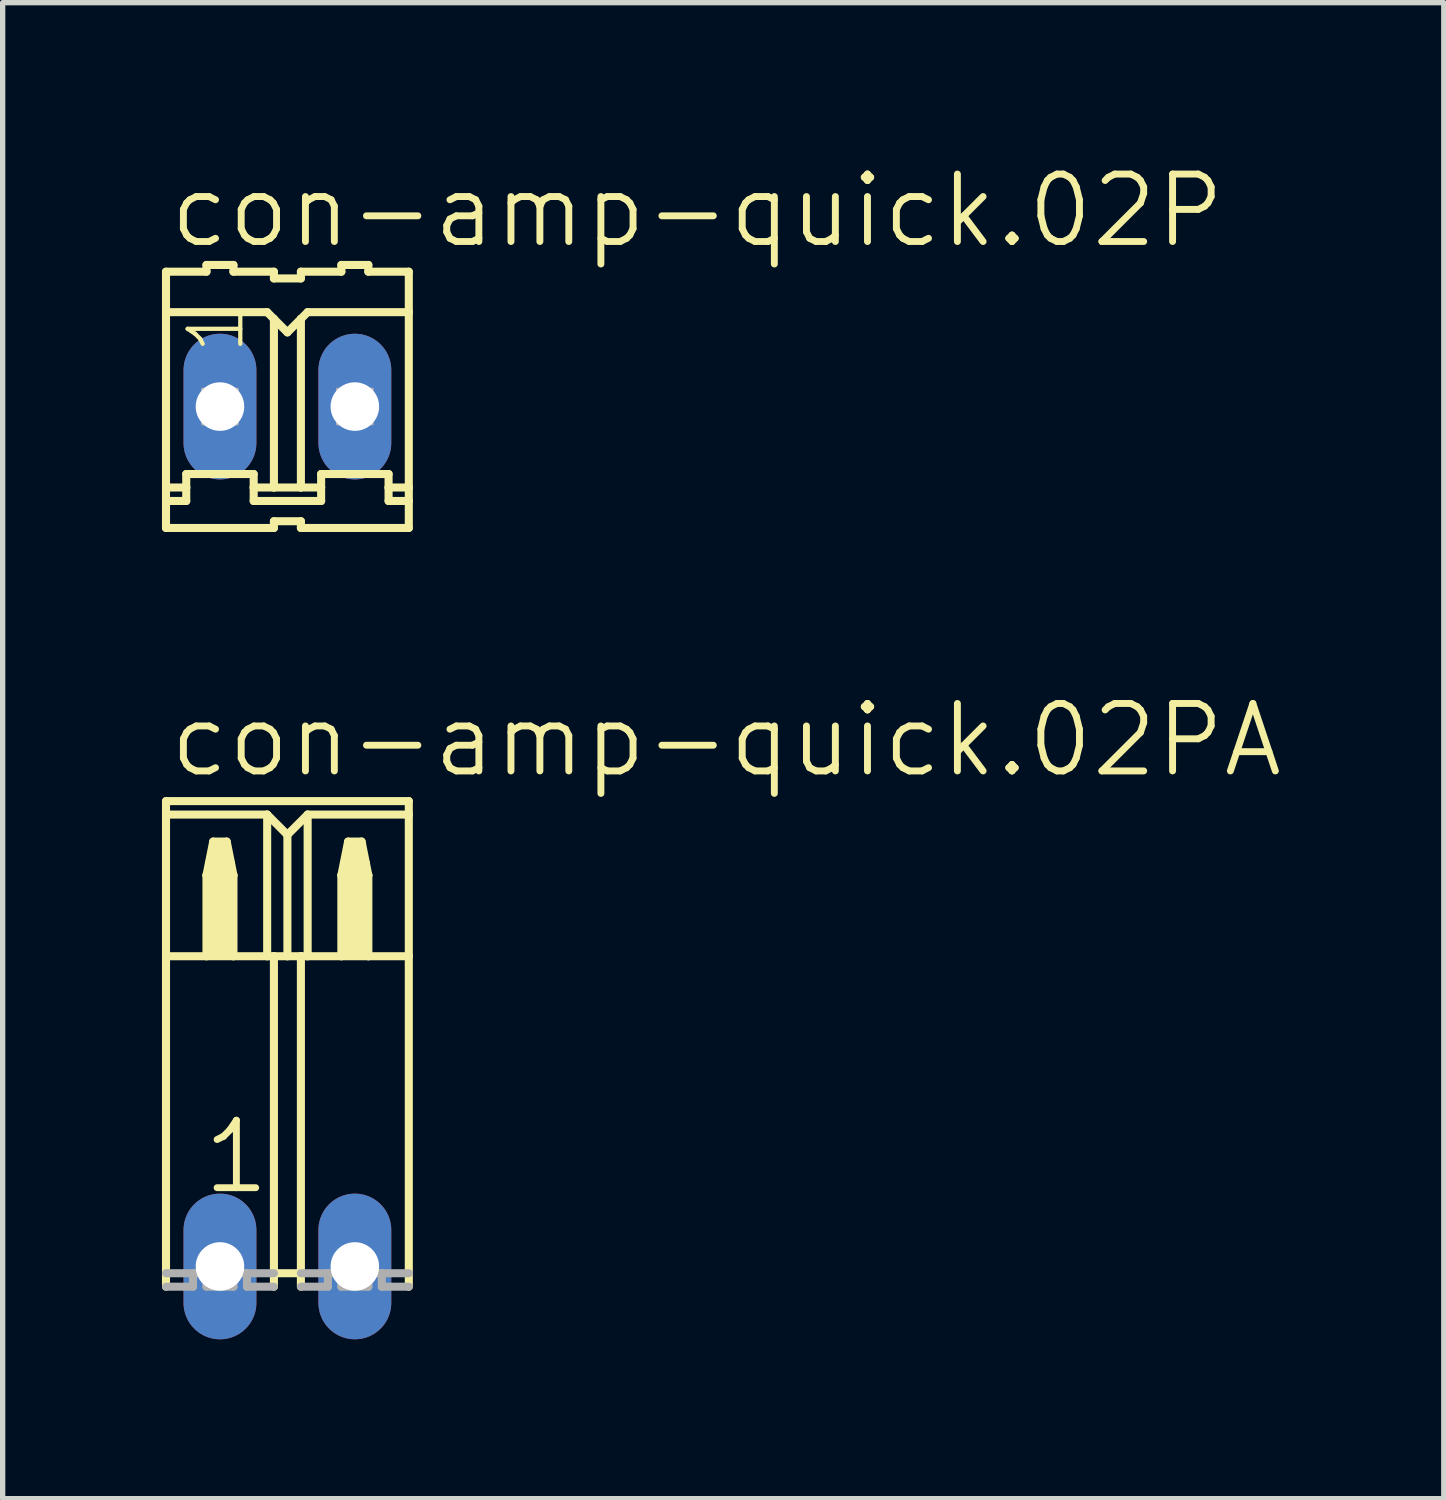
<source format=kicad_pcb>
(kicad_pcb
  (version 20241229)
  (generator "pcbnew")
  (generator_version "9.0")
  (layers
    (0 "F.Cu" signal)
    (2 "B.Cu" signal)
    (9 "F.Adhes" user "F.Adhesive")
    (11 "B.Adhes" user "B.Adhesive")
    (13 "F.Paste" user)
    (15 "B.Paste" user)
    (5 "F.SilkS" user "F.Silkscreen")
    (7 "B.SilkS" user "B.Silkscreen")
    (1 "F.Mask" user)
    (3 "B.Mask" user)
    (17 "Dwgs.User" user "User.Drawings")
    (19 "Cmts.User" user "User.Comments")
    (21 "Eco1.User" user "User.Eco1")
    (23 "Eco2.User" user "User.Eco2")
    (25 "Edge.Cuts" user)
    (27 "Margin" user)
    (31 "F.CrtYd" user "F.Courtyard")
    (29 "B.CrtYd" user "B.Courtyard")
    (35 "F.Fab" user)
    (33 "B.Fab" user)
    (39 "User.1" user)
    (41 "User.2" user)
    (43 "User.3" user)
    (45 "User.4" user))
  (footprint "con-amp-quick.02PA"
    (layer "F.Cu")
    (at 2.362 20.798)
    (property "Reference" "con-amp-quick.02PA" (at -2.286 -9.169 0) (layer "F.SilkS") (effects (font (size 1.27 1.27) (thickness 0.13)) (justify left bottom)))
    (attr through_hole)
    (fp_line (start -2.286 -8.763) (end -2.286 -8.509) (stroke (width 0.152) (type default)) (layer "F.SilkS"))
    (fp_line (start -2.286 -8.763) (end 2.286 -8.763) (stroke (width 0.152) (type default)) (layer "F.SilkS"))
    (fp_line (start -2.286 -8.509) (end -2.286 -5.842) (stroke (width 0.152) (type default)) (layer "F.SilkS"))
    (fp_line (start -2.286 -8.509) (end -0.381 -8.509) (stroke (width 0.152) (type default)) (layer "F.SilkS"))
    (fp_line (start -2.286 -5.842) (end -2.286 0.381) (stroke (width 0.152) (type default)) (layer "F.SilkS"))
    (fp_line (start -2.286 -5.842) (end -1.524 -5.842) (stroke (width 0.152) (type default)) (layer "F.SilkS"))
    (fp_line (start -1.524 -7.366) (end -1.524 -5.842) (stroke (width 0.152) (type default)) (layer "F.SilkS"))
    (fp_line (start -1.524 -7.366) (end -1.397 -8.001) (stroke (width 0.152) (type default)) (layer "F.SilkS"))
    (fp_line (start -1.524 -5.842) (end -1.016 -5.842) (stroke (width 0.152) (type default)) (layer "F.SilkS"))
    (fp_line (start -1.397 -8.001) (end -1.143 -8.001) (stroke (width 0.152) (type default)) (layer "F.SilkS"))
    (fp_line (start -1.143 -8.001) (end -1.016 -7.366) (stroke (width 0.152) (type default)) (layer "F.SilkS"))
    (fp_line (start -1.016 -7.366) (end -1.524 -7.366) (stroke (width 0.152) (type default)) (layer "F.SilkS"))
    (fp_line (start -1.016 -7.366) (end -1.016 -5.842) (stroke (width 0.152) (type default)) (layer "F.SilkS"))
    (fp_line (start -1.016 -5.842) (end -0.381 -5.842) (stroke (width 0.152) (type default)) (layer "F.SilkS"))
    (fp_line (start -0.381 -8.509) (end -0.381 -5.842) (stroke (width 0.152) (type default)) (layer "F.SilkS"))
    (fp_line (start -0.381 -8.509) (end 0 -8.128) (stroke (width 0.152) (type default)) (layer "F.SilkS"))
    (fp_line (start -0.381 -5.842) (end -0.254 -5.842) (stroke (width 0.152) (type default)) (layer "F.SilkS"))
    (fp_line (start -0.254 -5.842) (end -0.254 0.127) (stroke (width 0.152) (type default)) (layer "F.SilkS"))
    (fp_line (start -0.254 -5.842) (end 0 -5.842) (stroke (width 0.152) (type default)) (layer "F.SilkS"))
    (fp_line (start -0.254 0.127) (end -0.254 0.381) (stroke (width 0.152) (type default)) (layer "F.SilkS"))
    (fp_line (start 0 -8.128) (end 0 -5.842) (stroke (width 0.152) (type default)) (layer "F.SilkS"))
    (fp_line (start 0 -8.128) (end 0.381 -8.509) (stroke (width 0.152) (type default)) (layer "F.SilkS"))
    (fp_line (start 0 -5.842) (end 0.254 -5.842) (stroke (width 0.152) (type default)) (layer "F.SilkS"))
    (fp_line (start 0.254 -5.842) (end 0.254 0.127) (stroke (width 0.152) (type default)) (layer "F.SilkS"))
    (fp_line (start 0.254 -5.842) (end 0.381 -5.842) (stroke (width 0.152) (type default)) (layer "F.SilkS"))
    (fp_line (start 0.254 0.127) (end -0.254 0.127) (stroke (width 0.152) (type default)) (layer "F.SilkS"))
    (fp_line (start 0.254 0.127) (end 0.254 0.381) (stroke (width 0.152) (type default)) (layer "F.SilkS"))
    (fp_line (start 0.381 -8.509) (end 0.381 -5.842) (stroke (width 0.152) (type default)) (layer "F.SilkS"))
    (fp_line (start 0.381 -8.509) (end 2.286 -8.509) (stroke (width 0.152) (type default)) (layer "F.SilkS"))
    (fp_line (start 0.381 -5.842) (end 1.016 -5.842) (stroke (width 0.152) (type default)) (layer "F.SilkS"))
    (fp_line (start 1.016 -7.366) (end 1.016 -5.842) (stroke (width 0.152) (type default)) (layer "F.SilkS"))
    (fp_line (start 1.016 -7.366) (end 1.143 -8.001) (stroke (width 0.152) (type default)) (layer "F.SilkS"))
    (fp_line (start 1.016 -5.842) (end 1.524 -5.842) (stroke (width 0.152) (type default)) (layer "F.SilkS"))
    (fp_line (start 1.143 -8.001) (end 1.397 -8.001) (stroke (width 0.152) (type default)) (layer "F.SilkS"))
    (fp_line (start 1.397 -8.001) (end 1.524 -7.366) (stroke (width 0.152) (type default)) (layer "F.SilkS"))
    (fp_line (start 1.524 -7.366) (end 1.016 -7.366) (stroke (width 0.152) (type default)) (layer "F.SilkS"))
    (fp_line (start 1.524 -7.366) (end 1.524 -5.842) (stroke (width 0.152) (type default)) (layer "F.SilkS"))
    (fp_line (start 1.524 -5.842) (end 2.286 -5.842) (stroke (width 0.152) (type default)) (layer "F.SilkS"))
    (fp_line (start 2.286 -8.509) (end 2.286 -8.763) (stroke (width 0.152) (type default)) (layer "F.SilkS"))
    (fp_line (start 2.286 -5.842) (end 2.286 -8.509) (stroke (width 0.152) (type default)) (layer "F.SilkS"))
    (fp_line (start 2.286 -5.842) (end 2.286 0.381) (stroke (width 0.152) (type default)) (layer "F.SilkS"))
    (fp_rect (start -1.524 -7.366) (end -1.397 -7.62) (stroke (width 0.05) (type default)) (fill yes) (layer "F.SilkS"))
    (fp_rect (start -1.524 -5.842) (end -1.016 -7.366) (stroke (width 0.05) (type default)) (fill yes) (layer "F.SilkS"))
    (fp_rect (start -1.397 -7.366) (end -1.143 -8.001) (stroke (width 0.05) (type default)) (fill yes) (layer "F.SilkS"))
    (fp_rect (start -1.143 -7.366) (end -1.016 -7.62) (stroke (width 0.05) (type default)) (fill yes) (layer "F.SilkS"))
    (fp_rect (start 1.016 -7.366) (end 1.143 -7.62) (stroke (width 0.05) (type default)) (fill yes) (layer "F.SilkS"))
    (fp_rect (start 1.016 -5.842) (end 1.524 -7.366) (stroke (width 0.05) (type default)) (fill yes) (layer "F.SilkS"))
    (fp_rect (start 1.143 -7.366) (end 1.397 -8.001) (stroke (width 0.05) (type default)) (fill yes) (layer "F.SilkS"))
    (fp_rect (start 1.397 -7.366) (end 1.524 -7.62) (stroke (width 0.05) (type default)) (fill yes) (layer "F.SilkS"))
    (fp_line (start -2.286 0.127) (end -1.778 0.127) (stroke (width 0.152) (type default)) (layer "F.Fab"))
    (fp_line (start -1.778 0.381) (end -2.286 0.381) (stroke (width 0.152) (type default)) (layer "F.Fab"))
    (fp_line (start -1.778 0.381) (end -1.778 0.127) (stroke (width 0.152) (type default)) (layer "F.Fab"))
    (fp_line (start -1.524 0.127) (end -1.778 0.127) (stroke (width 0.152) (type default)) (layer "F.Fab"))
    (fp_line (start -1.524 0.381) (end -1.524 0.127) (stroke (width 0.152) (type default)) (layer "F.Fab"))
    (fp_line (start -1.016 0.381) (end -1.524 0.381) (stroke (width 0.152) (type default)) (layer "F.Fab"))
    (fp_line (start -1.016 0.381) (end -1.016 0.127) (stroke (width 0.152) (type default)) (layer "F.Fab"))
    (fp_line (start -0.762 0.127) (end -1.016 0.127) (stroke (width 0.152) (type default)) (layer "F.Fab"))
    (fp_line (start -0.762 0.381) (end -0.762 0.127) (stroke (width 0.152) (type default)) (layer "F.Fab"))
    (fp_line (start -0.254 0.127) (end -0.762 0.127) (stroke (width 0.152) (type default)) (layer "F.Fab"))
    (fp_line (start -0.254 0.381) (end -0.762 0.381) (stroke (width 0.152) (type default)) (layer "F.Fab"))
    (fp_line (start 0.254 0.127) (end 0.762 0.127) (stroke (width 0.152) (type default)) (layer "F.Fab"))
    (fp_line (start 0.762 0.381) (end 0.254 0.381) (stroke (width 0.152) (type default)) (layer "F.Fab"))
    (fp_line (start 0.762 0.381) (end 0.762 0.127) (stroke (width 0.152) (type default)) (layer "F.Fab"))
    (fp_line (start 1.016 0.127) (end 0.762 0.127) (stroke (width 0.152) (type default)) (layer "F.Fab"))
    (fp_line (start 1.016 0.381) (end 1.016 0.127) (stroke (width 0.152) (type default)) (layer "F.Fab"))
    (fp_line (start 1.524 0.381) (end 1.016 0.381) (stroke (width 0.152) (type default)) (layer "F.Fab"))
    (fp_line (start 1.524 0.381) (end 1.524 0.127) (stroke (width 0.152) (type default)) (layer "F.Fab"))
    (fp_line (start 1.778 0.127) (end 1.524 0.127) (stroke (width 0.152) (type default)) (layer "F.Fab"))
    (fp_line (start 1.778 0.381) (end 1.778 0.127) (stroke (width 0.152) (type default)) (layer "F.Fab"))
    (fp_line (start 2.286 0.127) (end 1.778 0.127) (stroke (width 0.152) (type default)) (layer "F.Fab"))
    (fp_line (start 2.286 0.381) (end 1.778 0.381) (stroke (width 0.152) (type default)) (layer "F.Fab"))
    (fp_text user "1" (at -1.651 -1.321 0) (layer "F.SilkS") (effects (font (size 1.27 1.27) (thickness 0.13)) (justify left bottom)))
    (pad "1" thru_hole oval (at -1.27 0 90) (size 2.743 1.372) (drill 0.914) (layers "*.Cu" "*.Mask"))
    (pad "2" thru_hole oval (at 1.27 0 90) (size 2.743 1.372) (drill 0.914) (layers "*.Cu" "*.Mask")))
  (footprint "con-amp-quick.02P"
    (layer "F.Cu")
    (at 2.362 4.606)
    (property "Reference" "con-amp-quick.02P" (at -2.286 -2.946 0) (layer "F.SilkS") (effects (font (size 1.27 1.27) (thickness 0.13)) (justify left bottom)))
    (attr through_hole)
    (fp_line (start -2.286 -2.54) (end -2.286 -1.778) (stroke (width 0.152) (type default)) (layer "F.SilkS"))
    (fp_line (start -2.286 -2.54) (end -1.524 -2.54) (stroke (width 0.152) (type default)) (layer "F.SilkS"))
    (fp_line (start -2.286 -1.778) (end -2.286 1.524) (stroke (width 0.152) (type default)) (layer "F.SilkS"))
    (fp_line (start -2.286 -1.778) (end -0.381 -1.778) (stroke (width 0.152) (type default)) (layer "F.SilkS"))
    (fp_line (start -2.286 1.524) (end -2.286 1.778) (stroke (width 0.152) (type default)) (layer "F.SilkS"))
    (fp_line (start -2.286 1.778) (end -2.286 2.286) (stroke (width 0.152) (type default)) (layer "F.SilkS"))
    (fp_line (start -2.286 1.778) (end -1.905 1.778) (stroke (width 0.152) (type default)) (layer "F.SilkS"))
    (fp_line (start -1.905 1.27) (end -0.635 1.27) (stroke (width 0.152) (type default)) (layer "F.SilkS"))
    (fp_line (start -1.905 1.524) (end -2.286 1.524) (stroke (width 0.152) (type default)) (layer "F.SilkS"))
    (fp_line (start -1.905 1.524) (end -1.905 1.27) (stroke (width 0.152) (type default)) (layer "F.SilkS"))
    (fp_line (start -1.905 1.778) (end -1.905 1.524) (stroke (width 0.152) (type default)) (layer "F.SilkS"))
    (fp_line (start -1.524 -2.54) (end -1.524 -2.667) (stroke (width 0.152) (type default)) (layer "F.SilkS"))
    (fp_line (start -1.016 -2.667) (end -1.524 -2.667) (stroke (width 0.152) (type default)) (layer "F.SilkS"))
    (fp_line (start -1.016 -2.54) (end -1.016 -2.667) (stroke (width 0.152) (type default)) (layer "F.SilkS"))
    (fp_line (start -0.635 1.524) (end -0.635 1.27) (stroke (width 0.152) (type default)) (layer "F.SilkS"))
    (fp_line (start -0.635 1.524) (end -0.254 1.524) (stroke (width 0.152) (type default)) (layer "F.SilkS"))
    (fp_line (start -0.635 1.778) (end -0.635 1.524) (stroke (width 0.152) (type default)) (layer "F.SilkS"))
    (fp_line (start -0.635 1.778) (end 0.635 1.778) (stroke (width 0.152) (type default)) (layer "F.SilkS"))
    (fp_line (start -0.381 -1.778) (end -0.254 -1.651) (stroke (width 0.152) (type default)) (layer "F.SilkS"))
    (fp_line (start -0.254 -2.54) (end -1.016 -2.54) (stroke (width 0.152) (type default)) (layer "F.SilkS"))
    (fp_line (start -0.254 -2.413) (end -0.254 -2.54) (stroke (width 0.152) (type default)) (layer "F.SilkS"))
    (fp_line (start -0.254 -1.651) (end 0 -1.397) (stroke (width 0.152) (type default)) (layer "F.SilkS"))
    (fp_line (start -0.254 1.524) (end -0.254 -1.651) (stroke (width 0.152) (type default)) (layer "F.SilkS"))
    (fp_line (start -0.254 1.524) (end 0.254 1.524) (stroke (width 0.152) (type default)) (layer "F.SilkS"))
    (fp_line (start -0.254 2.159) (end -0.254 2.286) (stroke (width 0.152) (type default)) (layer "F.SilkS"))
    (fp_line (start -0.254 2.286) (end -2.286 2.286) (stroke (width 0.152) (type default)) (layer "F.SilkS"))
    (fp_line (start 0 -1.397) (end 0.254 -1.651) (stroke (width 0.152) (type default)) (layer "F.SilkS"))
    (fp_line (start 0.254 -2.54) (end 1.016 -2.54) (stroke (width 0.152) (type default)) (layer "F.SilkS"))
    (fp_line (start 0.254 -2.413) (end -0.254 -2.413) (stroke (width 0.152) (type default)) (layer "F.SilkS"))
    (fp_line (start 0.254 -2.413) (end 0.254 -2.54) (stroke (width 0.152) (type default)) (layer "F.SilkS"))
    (fp_line (start 0.254 -1.651) (end 0.381 -1.778) (stroke (width 0.152) (type default)) (layer "F.SilkS"))
    (fp_line (start 0.254 1.524) (end 0.254 -1.651) (stroke (width 0.152) (type default)) (layer "F.SilkS"))
    (fp_line (start 0.254 1.524) (end 0.635 1.524) (stroke (width 0.152) (type default)) (layer "F.SilkS"))
    (fp_line (start 0.254 2.159) (end -0.254 2.159) (stroke (width 0.152) (type default)) (layer "F.SilkS"))
    (fp_line (start 0.254 2.159) (end 0.254 2.286) (stroke (width 0.152) (type default)) (layer "F.SilkS"))
    (fp_line (start 0.381 -1.778) (end 2.286 -1.778) (stroke (width 0.152) (type default)) (layer "F.SilkS"))
    (fp_line (start 0.635 1.27) (end 1.905 1.27) (stroke (width 0.152) (type default)) (layer "F.SilkS"))
    (fp_line (start 0.635 1.524) (end 0.635 1.27) (stroke (width 0.152) (type default)) (layer "F.SilkS"))
    (fp_line (start 0.635 1.778) (end 0.635 1.524) (stroke (width 0.152) (type default)) (layer "F.SilkS"))
    (fp_line (start 1.016 -2.54) (end 1.016 -2.667) (stroke (width 0.152) (type default)) (layer "F.SilkS"))
    (fp_line (start 1.524 -2.667) (end 1.016 -2.667) (stroke (width 0.152) (type default)) (layer "F.SilkS"))
    (fp_line (start 1.524 -2.54) (end 1.524 -2.667) (stroke (width 0.152) (type default)) (layer "F.SilkS"))
    (fp_line (start 1.524 -2.54) (end 2.286 -2.54) (stroke (width 0.152) (type default)) (layer "F.SilkS"))
    (fp_line (start 1.905 1.524) (end 1.905 1.27) (stroke (width 0.152) (type default)) (layer "F.SilkS"))
    (fp_line (start 1.905 1.524) (end 2.286 1.524) (stroke (width 0.152) (type default)) (layer "F.SilkS"))
    (fp_line (start 1.905 1.778) (end 1.905 1.524) (stroke (width 0.152) (type default)) (layer "F.SilkS"))
    (fp_line (start 2.286 -1.778) (end 2.286 -2.54) (stroke (width 0.152) (type default)) (layer "F.SilkS"))
    (fp_line (start 2.286 -1.778) (end 2.286 1.524) (stroke (width 0.152) (type default)) (layer "F.SilkS"))
    (fp_line (start 2.286 1.524) (end 2.286 1.778) (stroke (width 0.152) (type default)) (layer "F.SilkS"))
    (fp_line (start 2.286 1.778) (end 1.905 1.778) (stroke (width 0.152) (type default)) (layer "F.SilkS"))
    (fp_line (start 2.286 1.778) (end 2.286 2.286) (stroke (width 0.152) (type default)) (layer "F.SilkS"))
    (fp_line (start 2.286 2.286) (end 0.254 2.286) (stroke (width 0.152) (type default)) (layer "F.SilkS"))
    (fp_rect (start -1.6 0.33) (end -0.94 -0.33) (stroke (width 0.05) (type default)) (fill no) (layer "F.Fab"))
    (fp_rect (start 0.94 0.33) (end 1.6 -0.33) (stroke (width 0.05) (type default)) (fill no) (layer "F.Fab"))
    (fp_text user "1" (at -0.762 -0.94 90) (layer "F.SilkS") (effects (font (size 0.991 0.991) (thickness 0.08)) (justify left bottom)))
    (pad "1" thru_hole oval (at -1.27 0 90) (size 2.743 1.372) (drill 0.914) (layers "*.Cu" "*.Mask"))
    (pad "2" thru_hole oval (at 1.27 0 90) (size 2.743 1.372) (drill 0.914) (layers "*.Cu" "*.Mask")))
  (gr_rect
    (start -3 -3)
    (end 24.137 25.17)
    (stroke (width 0.1) (type default))
    (fill no)
    (layer "Edge.Cuts")))
</source>
